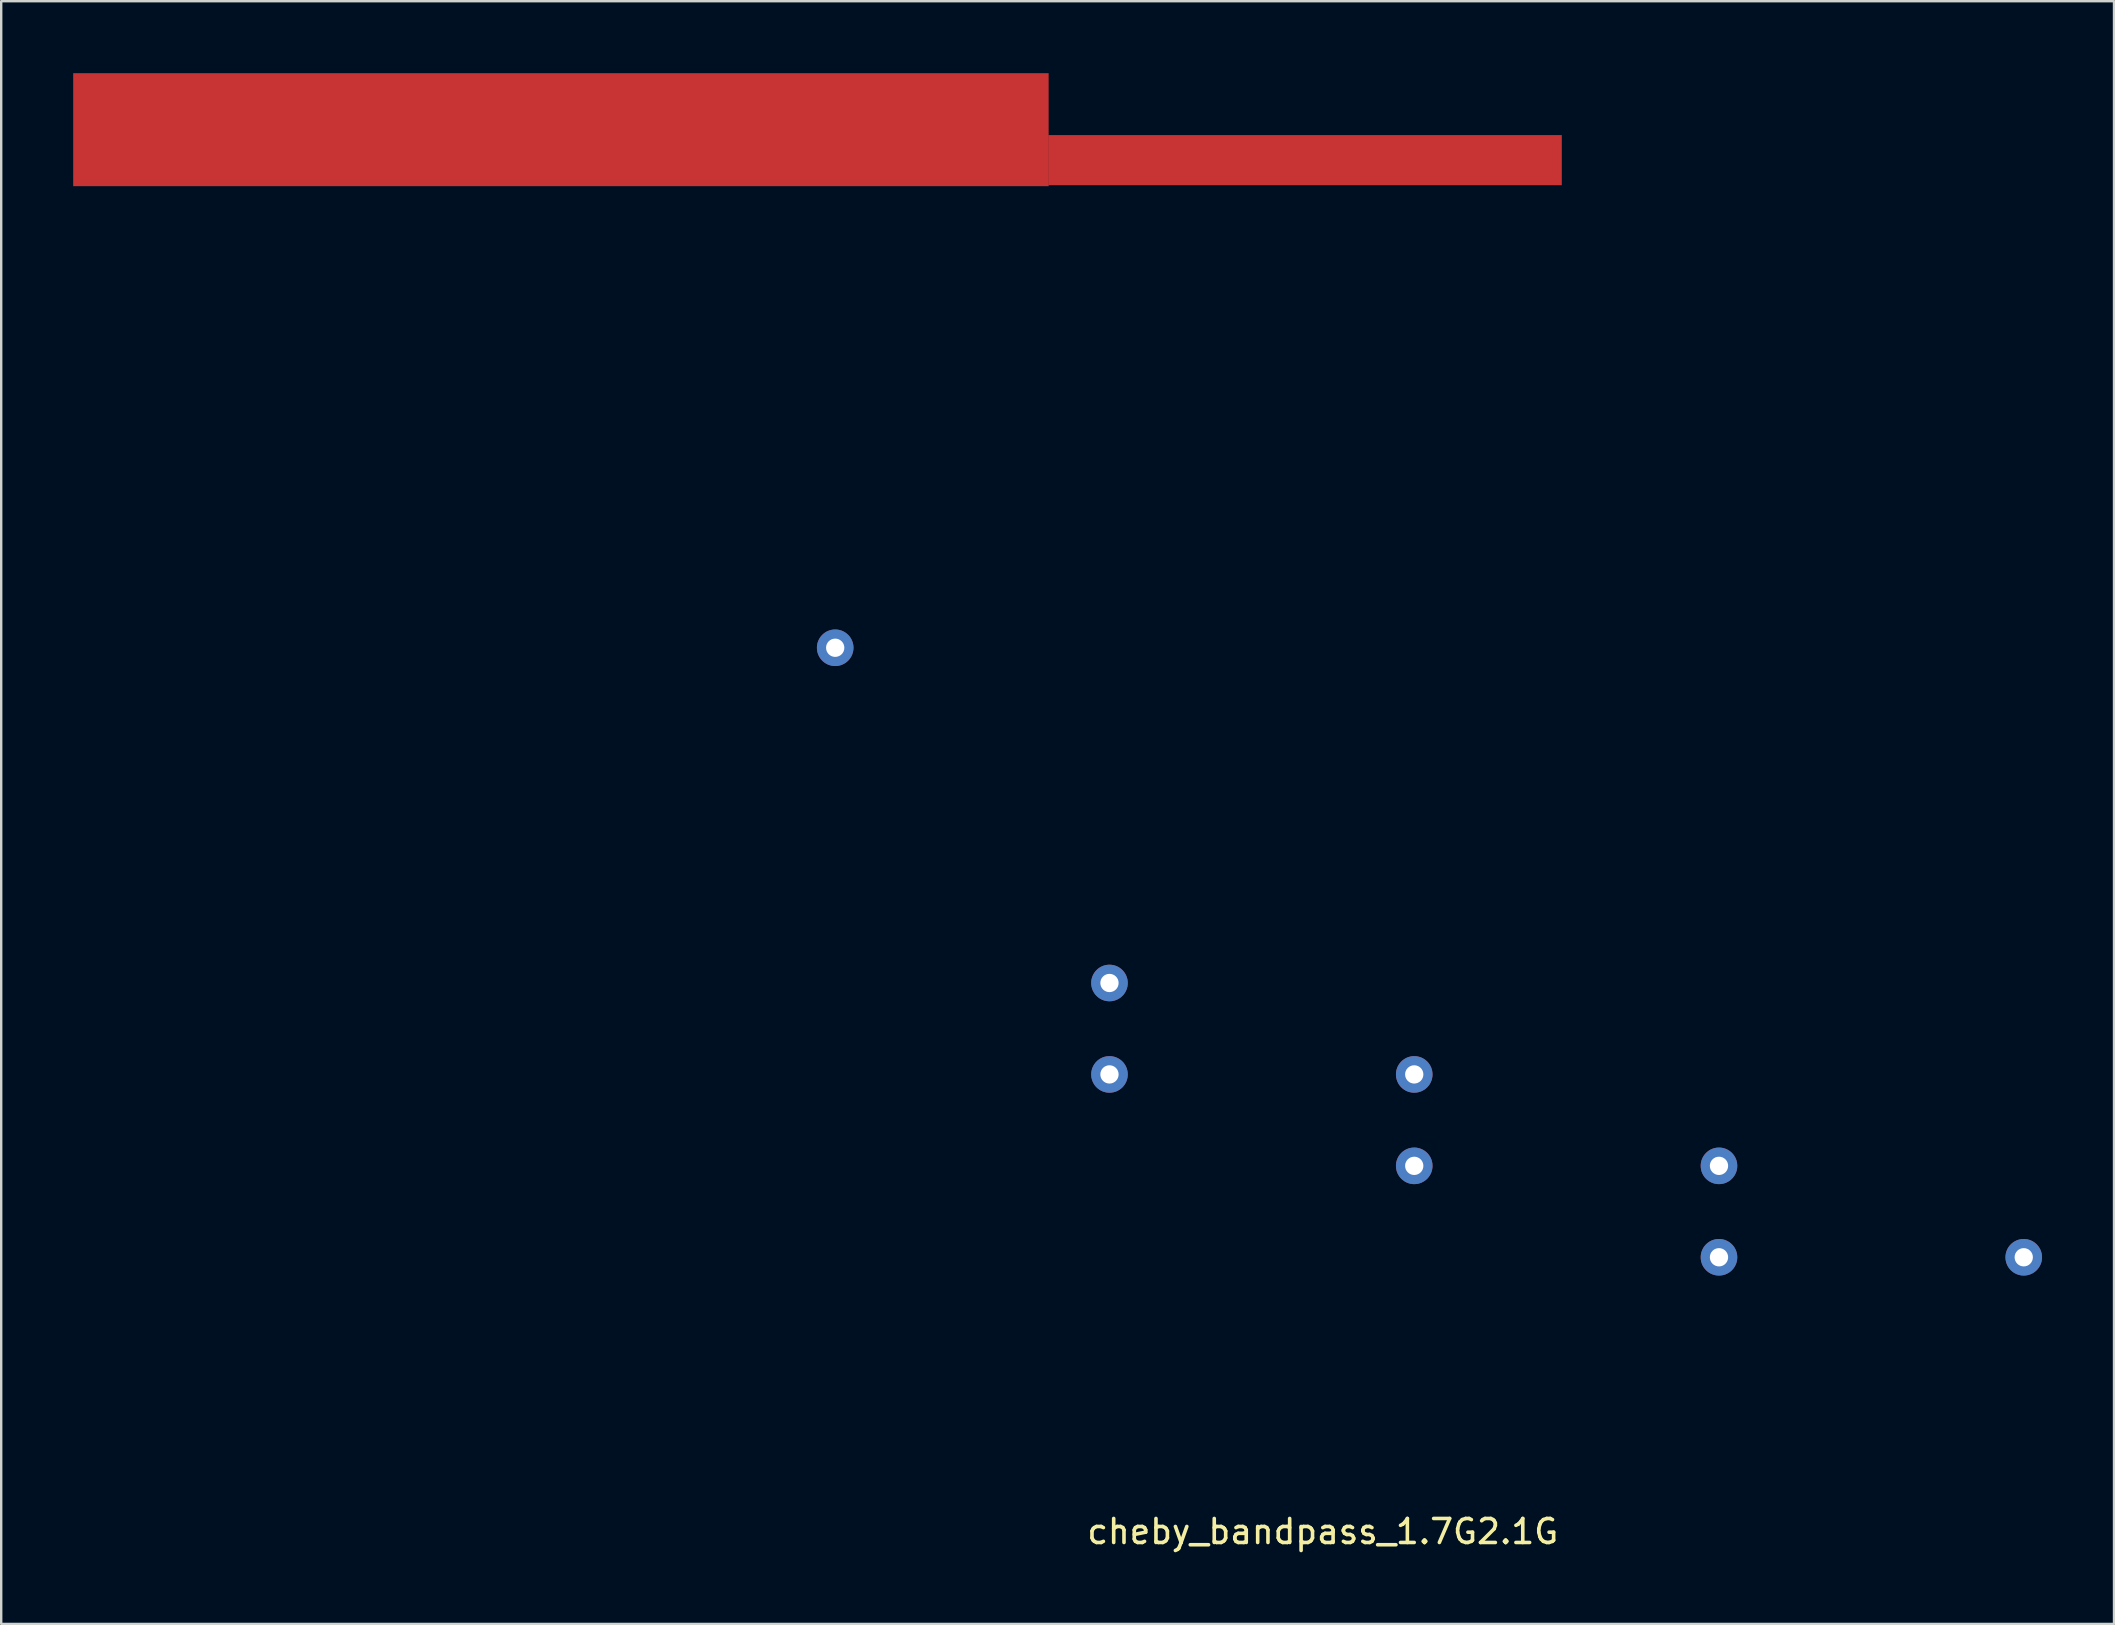
<source format=kicad_pcb>
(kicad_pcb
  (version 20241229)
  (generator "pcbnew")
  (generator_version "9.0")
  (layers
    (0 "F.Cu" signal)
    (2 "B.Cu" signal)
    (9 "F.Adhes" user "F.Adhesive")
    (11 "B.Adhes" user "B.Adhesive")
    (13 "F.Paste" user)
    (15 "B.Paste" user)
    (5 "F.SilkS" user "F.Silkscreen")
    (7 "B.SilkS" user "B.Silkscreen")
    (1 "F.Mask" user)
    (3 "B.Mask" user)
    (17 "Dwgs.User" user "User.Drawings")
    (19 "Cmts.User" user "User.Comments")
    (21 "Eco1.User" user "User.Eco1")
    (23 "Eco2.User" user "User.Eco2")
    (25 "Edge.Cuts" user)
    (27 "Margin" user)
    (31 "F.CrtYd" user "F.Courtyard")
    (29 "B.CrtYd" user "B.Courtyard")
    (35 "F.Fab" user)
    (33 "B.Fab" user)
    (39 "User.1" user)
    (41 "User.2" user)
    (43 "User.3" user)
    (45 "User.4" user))
  (footprint "cheby_bandpass_1.7G2.1G"
    (layer "F.Cu")
    (at 50.805 27.754)
    (property "Reference" "cheby_bandpass_1.7G2.1G" (at 1.27 33.02 0) (layer "F.SilkS") (effects (font (size 1 1) (thickness 0.15))))
    (attr through_hole)
    (pad "1" smd rect (at -30.48 -25.4) (size 40.65 4.709) (layers "F.Cu" "F.Mask" "F.Paste"))
    (pad "2" smd rect (at 0.53 -24.13) (size 21.4 2.089) (layers "F.Cu" "F.Mask" "F.Paste"))
    (pad "3" thru_hole circle (at -19.05 -3.81) (size 1.524 1.524) (drill 0.762) (layers "*.Cu" "*.Mask"))
    (pad "4" thru_hole circle (at -7.62 10.16) (size 1.524 1.524) (drill 0.762) (layers "*.Cu" "*.Mask"))
    (pad "5" thru_hole circle (at -7.62 13.97) (size 1.524 1.524) (drill 0.762) (layers "*.Cu" "*.Mask"))
    (pad "6" thru_hole circle (at 5.08 13.97) (size 1.524 1.524) (drill 0.762) (layers "*.Cu" "*.Mask"))
    (pad "7" thru_hole circle (at 5.08 17.78) (size 1.524 1.524) (drill 0.762) (layers "*.Cu" "*.Mask"))
    (pad "8" thru_hole circle (at 17.78 17.78) (size 1.524 1.524) (drill 0.762) (layers "*.Cu" "*.Mask"))
    (pad "9" thru_hole circle (at 17.78 21.59) (size 1.524 1.524) (drill 0.762) (layers "*.Cu" "*.Mask"))
    (pad "10" thru_hole circle (at 30.48 21.59) (size 1.524 1.524) (drill 0.762) (layers "*.Cu" "*.Mask")))
  (gr_rect
    (start -3 -3)
    (end 85.047 64.623)
    (stroke (width 0.1) (type default))
    (fill no)
    (layer "Edge.Cuts")))
</source>
